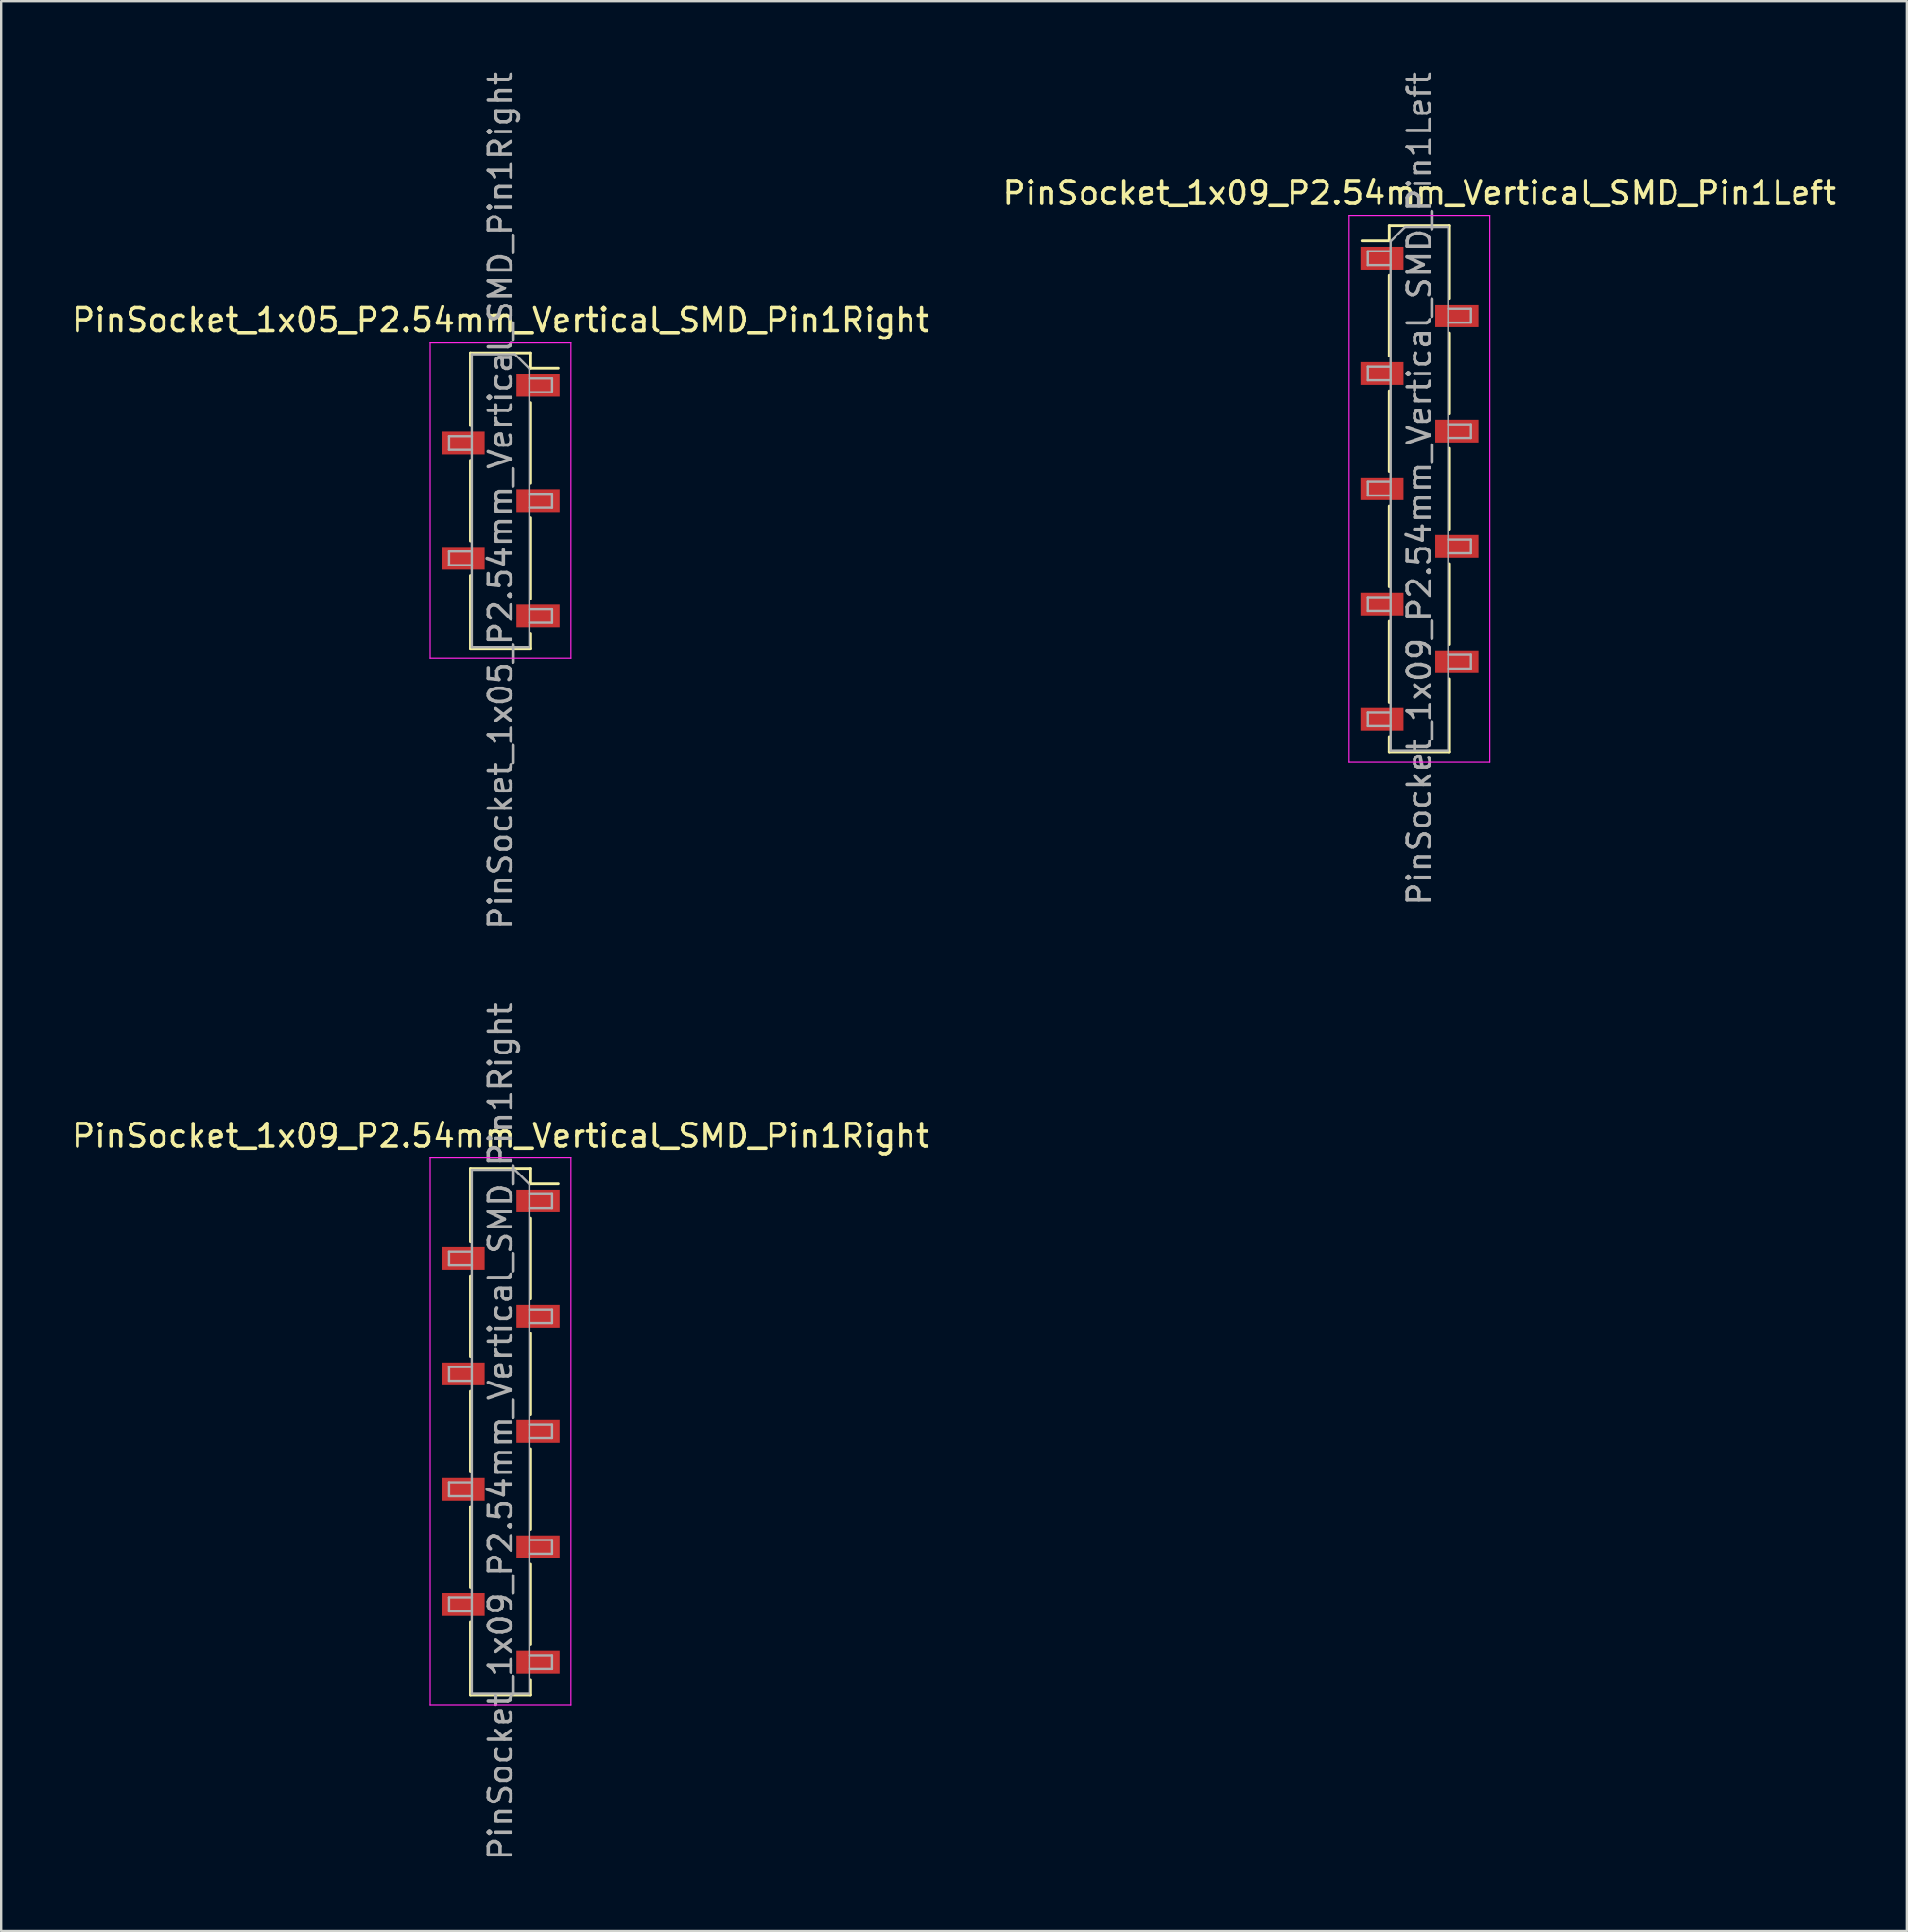
<source format=kicad_pcb>
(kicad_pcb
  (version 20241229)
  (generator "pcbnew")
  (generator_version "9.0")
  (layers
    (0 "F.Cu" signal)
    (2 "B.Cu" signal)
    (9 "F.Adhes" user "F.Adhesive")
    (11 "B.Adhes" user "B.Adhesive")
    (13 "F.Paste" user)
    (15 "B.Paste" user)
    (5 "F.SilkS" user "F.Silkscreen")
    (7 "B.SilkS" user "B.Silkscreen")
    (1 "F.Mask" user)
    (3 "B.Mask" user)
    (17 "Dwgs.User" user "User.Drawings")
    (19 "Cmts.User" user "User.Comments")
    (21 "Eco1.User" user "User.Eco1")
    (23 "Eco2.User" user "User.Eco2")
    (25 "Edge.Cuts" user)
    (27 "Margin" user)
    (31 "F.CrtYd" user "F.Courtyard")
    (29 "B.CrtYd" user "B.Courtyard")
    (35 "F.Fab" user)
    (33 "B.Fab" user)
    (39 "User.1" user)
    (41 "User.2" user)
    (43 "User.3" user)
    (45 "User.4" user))
  (footprint "PinSocket_1x09_P2.54mm_Vertical_SMD_Pin1Right"
    (layer "F.Cu")
    (at 19.006 60.018)
    (property "Reference" "PinSocket_1x09_P2.54mm_Vertical_SMD_Pin1Right" (at 0 -13.03 0) (layer "F.SilkS") (effects (font (size 1 1) (thickness 0.15))))
    (attr smd)
    (fp_line (start -1.33 -11.59) (end -1.33 -8.38) (stroke (width 0.12) (type solid)) (layer "F.SilkS"))
    (fp_line (start -1.33 -11.59) (end 1.33 -11.59) (stroke (width 0.12) (type solid)) (layer "F.SilkS"))
    (fp_line (start -1.33 -6.86) (end -1.33 -3.3) (stroke (width 0.12) (type solid)) (layer "F.SilkS"))
    (fp_line (start -1.33 -1.78) (end -1.33 1.78) (stroke (width 0.12) (type solid)) (layer "F.SilkS"))
    (fp_line (start -1.33 3.3) (end -1.33 6.86) (stroke (width 0.12) (type solid)) (layer "F.SilkS"))
    (fp_line (start -1.33 8.38) (end -1.33 11.59) (stroke (width 0.12) (type solid)) (layer "F.SilkS"))
    (fp_line (start -1.33 11.59) (end 1.33 11.59) (stroke (width 0.12) (type solid)) (layer "F.SilkS"))
    (fp_line (start 1.33 -11.59) (end 1.33 -10.92) (stroke (width 0.12) (type solid)) (layer "F.SilkS"))
    (fp_line (start 1.33 -10.92) (end 2.54 -10.92) (stroke (width 0.12) (type solid)) (layer "F.SilkS"))
    (fp_line (start 1.33 -9.4) (end 1.33 -5.84) (stroke (width 0.12) (type solid)) (layer "F.SilkS"))
    (fp_line (start 1.33 -4.32) (end 1.33 -0.76) (stroke (width 0.12) (type solid)) (layer "F.SilkS"))
    (fp_line (start 1.33 0.76) (end 1.33 4.32) (stroke (width 0.12) (type solid)) (layer "F.SilkS"))
    (fp_line (start 1.33 5.84) (end 1.33 9.4) (stroke (width 0.12) (type solid)) (layer "F.SilkS"))
    (fp_line (start 1.33 10.92) (end 1.33 11.59) (stroke (width 0.12) (type solid)) (layer "F.SilkS"))
    (fp_line (start -3.1 -12.05) (end 3.1 -12.05) (stroke (width 0.05) (type solid)) (layer "F.CrtYd"))
    (fp_line (start -3.1 12.05) (end -3.1 -12.05) (stroke (width 0.05) (type solid)) (layer "F.CrtYd"))
    (fp_line (start 3.1 -12.05) (end 3.1 12.05) (stroke (width 0.05) (type solid)) (layer "F.CrtYd"))
    (fp_line (start 3.1 12.05) (end -3.1 12.05) (stroke (width 0.05) (type solid)) (layer "F.CrtYd"))
    (fp_line (start -2.27 -7.92) (end -1.27 -7.92) (stroke (width 0.1) (type solid)) (layer "F.Fab"))
    (fp_line (start -2.27 -7.32) (end -2.27 -7.92) (stroke (width 0.1) (type solid)) (layer "F.Fab"))
    (fp_line (start -2.27 -2.84) (end -1.27 -2.84) (stroke (width 0.1) (type solid)) (layer "F.Fab"))
    (fp_line (start -2.27 -2.24) (end -2.27 -2.84) (stroke (width 0.1) (type solid)) (layer "F.Fab"))
    (fp_line (start -2.27 2.24) (end -1.27 2.24) (stroke (width 0.1) (type solid)) (layer "F.Fab"))
    (fp_line (start -2.27 2.84) (end -2.27 2.24) (stroke (width 0.1) (type solid)) (layer "F.Fab"))
    (fp_line (start -2.27 7.32) (end -1.27 7.32) (stroke (width 0.1) (type solid)) (layer "F.Fab"))
    (fp_line (start -2.27 7.92) (end -2.27 7.32) (stroke (width 0.1) (type solid)) (layer "F.Fab"))
    (fp_line (start -1.27 -11.53) (end 0.635 -11.53) (stroke (width 0.1) (type solid)) (layer "F.Fab"))
    (fp_line (start -1.27 -7.32) (end -2.27 -7.32) (stroke (width 0.1) (type solid)) (layer "F.Fab"))
    (fp_line (start -1.27 -2.24) (end -2.27 -2.24) (stroke (width 0.1) (type solid)) (layer "F.Fab"))
    (fp_line (start -1.27 2.84) (end -2.27 2.84) (stroke (width 0.1) (type solid)) (layer "F.Fab"))
    (fp_line (start -1.27 7.92) (end -2.27 7.92) (stroke (width 0.1) (type solid)) (layer "F.Fab"))
    (fp_line (start -1.27 11.53) (end -1.27 -11.53) (stroke (width 0.1) (type solid)) (layer "F.Fab"))
    (fp_line (start 0.635 -11.53) (end 1.27 -10.895) (stroke (width 0.1) (type solid)) (layer "F.Fab"))
    (fp_line (start 1.27 -10.895) (end 1.27 11.53) (stroke (width 0.1) (type solid)) (layer "F.Fab"))
    (fp_line (start 1.27 -10.46) (end 2.27 -10.46) (stroke (width 0.1) (type solid)) (layer "F.Fab"))
    (fp_line (start 1.27 -5.38) (end 2.27 -5.38) (stroke (width 0.1) (type solid)) (layer "F.Fab"))
    (fp_line (start 1.27 -0.3) (end 2.27 -0.3) (stroke (width 0.1) (type solid)) (layer "F.Fab"))
    (fp_line (start 1.27 4.78) (end 2.27 4.78) (stroke (width 0.1) (type solid)) (layer "F.Fab"))
    (fp_line (start 1.27 9.86) (end 2.27 9.86) (stroke (width 0.1) (type solid)) (layer "F.Fab"))
    (fp_line (start 1.27 11.53) (end -1.27 11.53) (stroke (width 0.1) (type solid)) (layer "F.Fab"))
    (fp_line (start 2.27 -10.46) (end 2.27 -9.86) (stroke (width 0.1) (type solid)) (layer "F.Fab"))
    (fp_line (start 2.27 -9.86) (end 1.27 -9.86) (stroke (width 0.1) (type solid)) (layer "F.Fab"))
    (fp_line (start 2.27 -5.38) (end 2.27 -4.78) (stroke (width 0.1) (type solid)) (layer "F.Fab"))
    (fp_line (start 2.27 -4.78) (end 1.27 -4.78) (stroke (width 0.1) (type solid)) (layer "F.Fab"))
    (fp_line (start 2.27 -0.3) (end 2.27 0.3) (stroke (width 0.1) (type solid)) (layer "F.Fab"))
    (fp_line (start 2.27 0.3) (end 1.27 0.3) (stroke (width 0.1) (type solid)) (layer "F.Fab"))
    (fp_line (start 2.27 4.78) (end 2.27 5.38) (stroke (width 0.1) (type solid)) (layer "F.Fab"))
    (fp_line (start 2.27 5.38) (end 1.27 5.38) (stroke (width 0.1) (type solid)) (layer "F.Fab"))
    (fp_line (start 2.27 9.86) (end 2.27 10.46) (stroke (width 0.1) (type solid)) (layer "F.Fab"))
    (fp_line (start 2.27 10.46) (end 1.27 10.46) (stroke (width 0.1) (type solid)) (layer "F.Fab"))
    (fp_text user "${REFERENCE}" (at 0 0 90) (layer "F.Fab") (effects (font (size 1 1) (thickness 0.15))))
    (pad "1" smd rect (at 1.65 -10.16) (size 1.9 1) (layers "F.Cu" "F.Mask" "F.Paste"))
    (pad "2" smd rect (at -1.65 -7.62) (size 1.9 1) (layers "F.Cu" "F.Mask" "F.Paste"))
    (pad "3" smd rect (at 1.65 -5.08) (size 1.9 1) (layers "F.Cu" "F.Mask" "F.Paste"))
    (pad "4" smd rect (at -1.65 -2.54) (size 1.9 1) (layers "F.Cu" "F.Mask" "F.Paste"))
    (pad "5" smd rect (at 1.65 0) (size 1.9 1) (layers "F.Cu" "F.Mask" "F.Paste"))
    (pad "6" smd rect (at -1.65 2.54) (size 1.9 1) (layers "F.Cu" "F.Mask" "F.Paste"))
    (pad "7" smd rect (at 1.65 5.08) (size 1.9 1) (layers "F.Cu" "F.Mask" "F.Paste"))
    (pad "8" smd rect (at -1.65 7.62) (size 1.9 1) (layers "F.Cu" "F.Mask" "F.Paste"))
    (pad "9" smd rect (at 1.65 10.16) (size 1.9 1) (layers "F.Cu" "F.Mask" "F.Paste")))
  (footprint "PinSocket_1x09_P2.54mm_Vertical_SMD_Pin1Left"
    (layer "F.Cu")
    (at 59.494 18.482)
    (property "Reference" "PinSocket_1x09_P2.54mm_Vertical_SMD_Pin1Left" (at 0 -13.03 0) (layer "F.SilkS") (effects (font (size 1 1) (thickness 0.15))))
    (attr smd)
    (fp_line (start -2.54 -10.92) (end -1.33 -10.92) (stroke (width 0.12) (type solid)) (layer "F.SilkS"))
    (fp_line (start -1.33 -11.59) (end -1.33 -10.92) (stroke (width 0.12) (type solid)) (layer "F.SilkS"))
    (fp_line (start -1.33 -11.59) (end 1.33 -11.59) (stroke (width 0.12) (type solid)) (layer "F.SilkS"))
    (fp_line (start -1.33 -9.4) (end -1.33 -5.84) (stroke (width 0.12) (type solid)) (layer "F.SilkS"))
    (fp_line (start -1.33 -4.32) (end -1.33 -0.76) (stroke (width 0.12) (type solid)) (layer "F.SilkS"))
    (fp_line (start -1.33 0.76) (end -1.33 4.32) (stroke (width 0.12) (type solid)) (layer "F.SilkS"))
    (fp_line (start -1.33 5.84) (end -1.33 9.4) (stroke (width 0.12) (type solid)) (layer "F.SilkS"))
    (fp_line (start -1.33 10.92) (end -1.33 11.59) (stroke (width 0.12) (type solid)) (layer "F.SilkS"))
    (fp_line (start -1.33 11.59) (end 1.33 11.59) (stroke (width 0.12) (type solid)) (layer "F.SilkS"))
    (fp_line (start 1.33 -11.59) (end 1.33 -8.38) (stroke (width 0.12) (type solid)) (layer "F.SilkS"))
    (fp_line (start 1.33 -6.86) (end 1.33 -3.3) (stroke (width 0.12) (type solid)) (layer "F.SilkS"))
    (fp_line (start 1.33 -1.78) (end 1.33 1.78) (stroke (width 0.12) (type solid)) (layer "F.SilkS"))
    (fp_line (start 1.33 3.3) (end 1.33 6.86) (stroke (width 0.12) (type solid)) (layer "F.SilkS"))
    (fp_line (start 1.33 8.38) (end 1.33 11.59) (stroke (width 0.12) (type solid)) (layer "F.SilkS"))
    (fp_line (start -3.1 -12.05) (end 3.1 -12.05) (stroke (width 0.05) (type solid)) (layer "F.CrtYd"))
    (fp_line (start -3.1 12.05) (end -3.1 -12.05) (stroke (width 0.05) (type solid)) (layer "F.CrtYd"))
    (fp_line (start 3.1 -12.05) (end 3.1 12.05) (stroke (width 0.05) (type solid)) (layer "F.CrtYd"))
    (fp_line (start 3.1 12.05) (end -3.1 12.05) (stroke (width 0.05) (type solid)) (layer "F.CrtYd"))
    (fp_line (start -2.27 -10.46) (end -1.27 -10.46) (stroke (width 0.1) (type solid)) (layer "F.Fab"))
    (fp_line (start -2.27 -9.86) (end -2.27 -10.46) (stroke (width 0.1) (type solid)) (layer "F.Fab"))
    (fp_line (start -2.27 -5.38) (end -1.27 -5.38) (stroke (width 0.1) (type solid)) (layer "F.Fab"))
    (fp_line (start -2.27 -4.78) (end -2.27 -5.38) (stroke (width 0.1) (type solid)) (layer "F.Fab"))
    (fp_line (start -2.27 -0.3) (end -1.27 -0.3) (stroke (width 0.1) (type solid)) (layer "F.Fab"))
    (fp_line (start -2.27 0.3) (end -2.27 -0.3) (stroke (width 0.1) (type solid)) (layer "F.Fab"))
    (fp_line (start -2.27 4.78) (end -1.27 4.78) (stroke (width 0.1) (type solid)) (layer "F.Fab"))
    (fp_line (start -2.27 5.38) (end -2.27 4.78) (stroke (width 0.1) (type solid)) (layer "F.Fab"))
    (fp_line (start -2.27 9.86) (end -1.27 9.86) (stroke (width 0.1) (type solid)) (layer "F.Fab"))
    (fp_line (start -2.27 10.46) (end -2.27 9.86) (stroke (width 0.1) (type solid)) (layer "F.Fab"))
    (fp_line (start -1.27 -10.895) (end -0.635 -11.53) (stroke (width 0.1) (type solid)) (layer "F.Fab"))
    (fp_line (start -1.27 -9.86) (end -2.27 -9.86) (stroke (width 0.1) (type solid)) (layer "F.Fab"))
    (fp_line (start -1.27 -4.78) (end -2.27 -4.78) (stroke (width 0.1) (type solid)) (layer "F.Fab"))
    (fp_line (start -1.27 0.3) (end -2.27 0.3) (stroke (width 0.1) (type solid)) (layer "F.Fab"))
    (fp_line (start -1.27 5.38) (end -2.27 5.38) (stroke (width 0.1) (type solid)) (layer "F.Fab"))
    (fp_line (start -1.27 10.46) (end -2.27 10.46) (stroke (width 0.1) (type solid)) (layer "F.Fab"))
    (fp_line (start -1.27 11.53) (end -1.27 -10.895) (stroke (width 0.1) (type solid)) (layer "F.Fab"))
    (fp_line (start -0.635 -11.53) (end 1.27 -11.53) (stroke (width 0.1) (type solid)) (layer "F.Fab"))
    (fp_line (start 1.27 -11.53) (end 1.27 11.53) (stroke (width 0.1) (type solid)) (layer "F.Fab"))
    (fp_line (start 1.27 -7.92) (end 2.27 -7.92) (stroke (width 0.1) (type solid)) (layer "F.Fab"))
    (fp_line (start 1.27 -2.84) (end 2.27 -2.84) (stroke (width 0.1) (type solid)) (layer "F.Fab"))
    (fp_line (start 1.27 2.24) (end 2.27 2.24) (stroke (width 0.1) (type solid)) (layer "F.Fab"))
    (fp_line (start 1.27 7.32) (end 2.27 7.32) (stroke (width 0.1) (type solid)) (layer "F.Fab"))
    (fp_line (start 1.27 11.53) (end -1.27 11.53) (stroke (width 0.1) (type solid)) (layer "F.Fab"))
    (fp_line (start 2.27 -7.92) (end 2.27 -7.32) (stroke (width 0.1) (type solid)) (layer "F.Fab"))
    (fp_line (start 2.27 -7.32) (end 1.27 -7.32) (stroke (width 0.1) (type solid)) (layer "F.Fab"))
    (fp_line (start 2.27 -2.84) (end 2.27 -2.24) (stroke (width 0.1) (type solid)) (layer "F.Fab"))
    (fp_line (start 2.27 -2.24) (end 1.27 -2.24) (stroke (width 0.1) (type solid)) (layer "F.Fab"))
    (fp_line (start 2.27 2.24) (end 2.27 2.84) (stroke (width 0.1) (type solid)) (layer "F.Fab"))
    (fp_line (start 2.27 2.84) (end 1.27 2.84) (stroke (width 0.1) (type solid)) (layer "F.Fab"))
    (fp_line (start 2.27 7.32) (end 2.27 7.92) (stroke (width 0.1) (type solid)) (layer "F.Fab"))
    (fp_line (start 2.27 7.92) (end 1.27 7.92) (stroke (width 0.1) (type solid)) (layer "F.Fab"))
    (fp_text user "${REFERENCE}" (at 0 0 90) (layer "F.Fab") (effects (font (size 1 1) (thickness 0.15))))
    (pad "1" smd rect (at -1.65 -10.16) (size 1.9 1) (layers "F.Cu" "F.Mask" "F.Paste"))
    (pad "2" smd rect (at 1.65 -7.62) (size 1.9 1) (layers "F.Cu" "F.Mask" "F.Paste"))
    (pad "3" smd rect (at -1.65 -5.08) (size 1.9 1) (layers "F.Cu" "F.Mask" "F.Paste"))
    (pad "4" smd rect (at 1.65 -2.54) (size 1.9 1) (layers "F.Cu" "F.Mask" "F.Paste"))
    (pad "5" smd rect (at -1.65 0) (size 1.9 1) (layers "F.Cu" "F.Mask" "F.Paste"))
    (pad "6" smd rect (at 1.65 2.54) (size 1.9 1) (layers "F.Cu" "F.Mask" "F.Paste"))
    (pad "7" smd rect (at -1.65 5.08) (size 1.9 1) (layers "F.Cu" "F.Mask" "F.Paste"))
    (pad "8" smd rect (at 1.65 7.62) (size 1.9 1) (layers "F.Cu" "F.Mask" "F.Paste"))
    (pad "9" smd rect (at -1.65 10.16) (size 1.9 1) (layers "F.Cu" "F.Mask" "F.Paste")))
  (footprint "PinSocket_1x05_P2.54mm_Vertical_SMD_Pin1Right"
    (layer "F.Cu")
    (at 19.006 19.006)
    (property "Reference" "PinSocket_1x05_P2.54mm_Vertical_SMD_Pin1Right" (at 0 -7.95 0) (layer "F.SilkS") (effects (font (size 1 1) (thickness 0.15))))
    (attr smd)
    (fp_line (start -1.33 -6.51) (end -1.33 -3.3) (stroke (width 0.12) (type solid)) (layer "F.SilkS"))
    (fp_line (start -1.33 -6.51) (end 1.33 -6.51) (stroke (width 0.12) (type solid)) (layer "F.SilkS"))
    (fp_line (start -1.33 -1.78) (end -1.33 1.78) (stroke (width 0.12) (type solid)) (layer "F.SilkS"))
    (fp_line (start -1.33 3.3) (end -1.33 6.51) (stroke (width 0.12) (type solid)) (layer "F.SilkS"))
    (fp_line (start -1.33 6.51) (end 1.33 6.51) (stroke (width 0.12) (type solid)) (layer "F.SilkS"))
    (fp_line (start 1.33 -6.51) (end 1.33 -5.84) (stroke (width 0.12) (type solid)) (layer "F.SilkS"))
    (fp_line (start 1.33 -5.84) (end 2.54 -5.84) (stroke (width 0.12) (type solid)) (layer "F.SilkS"))
    (fp_line (start 1.33 -4.32) (end 1.33 -0.76) (stroke (width 0.12) (type solid)) (layer "F.SilkS"))
    (fp_line (start 1.33 0.76) (end 1.33 4.32) (stroke (width 0.12) (type solid)) (layer "F.SilkS"))
    (fp_line (start 1.33 5.84) (end 1.33 6.51) (stroke (width 0.12) (type solid)) (layer "F.SilkS"))
    (fp_line (start -3.1 -6.95) (end 3.1 -6.95) (stroke (width 0.05) (type solid)) (layer "F.CrtYd"))
    (fp_line (start -3.1 6.95) (end -3.1 -6.95) (stroke (width 0.05) (type solid)) (layer "F.CrtYd"))
    (fp_line (start 3.1 -6.95) (end 3.1 6.95) (stroke (width 0.05) (type solid)) (layer "F.CrtYd"))
    (fp_line (start 3.1 6.95) (end -3.1 6.95) (stroke (width 0.05) (type solid)) (layer "F.CrtYd"))
    (fp_line (start -2.27 -2.84) (end -1.27 -2.84) (stroke (width 0.1) (type solid)) (layer "F.Fab"))
    (fp_line (start -2.27 -2.24) (end -2.27 -2.84) (stroke (width 0.1) (type solid)) (layer "F.Fab"))
    (fp_line (start -2.27 2.24) (end -1.27 2.24) (stroke (width 0.1) (type solid)) (layer "F.Fab"))
    (fp_line (start -2.27 2.84) (end -2.27 2.24) (stroke (width 0.1) (type solid)) (layer "F.Fab"))
    (fp_line (start -1.27 -6.45) (end 0.635 -6.45) (stroke (width 0.1) (type solid)) (layer "F.Fab"))
    (fp_line (start -1.27 -2.24) (end -2.27 -2.24) (stroke (width 0.1) (type solid)) (layer "F.Fab"))
    (fp_line (start -1.27 2.84) (end -2.27 2.84) (stroke (width 0.1) (type solid)) (layer "F.Fab"))
    (fp_line (start -1.27 6.45) (end -1.27 -6.45) (stroke (width 0.1) (type solid)) (layer "F.Fab"))
    (fp_line (start 0.635 -6.45) (end 1.27 -5.815) (stroke (width 0.1) (type solid)) (layer "F.Fab"))
    (fp_line (start 1.27 -5.815) (end 1.27 6.45) (stroke (width 0.1) (type solid)) (layer "F.Fab"))
    (fp_line (start 1.27 -5.38) (end 2.27 -5.38) (stroke (width 0.1) (type solid)) (layer "F.Fab"))
    (fp_line (start 1.27 -0.3) (end 2.27 -0.3) (stroke (width 0.1) (type solid)) (layer "F.Fab"))
    (fp_line (start 1.27 4.78) (end 2.27 4.78) (stroke (width 0.1) (type solid)) (layer "F.Fab"))
    (fp_line (start 1.27 6.45) (end -1.27 6.45) (stroke (width 0.1) (type solid)) (layer "F.Fab"))
    (fp_line (start 2.27 -5.38) (end 2.27 -4.78) (stroke (width 0.1) (type solid)) (layer "F.Fab"))
    (fp_line (start 2.27 -4.78) (end 1.27 -4.78) (stroke (width 0.1) (type solid)) (layer "F.Fab"))
    (fp_line (start 2.27 -0.3) (end 2.27 0.3) (stroke (width 0.1) (type solid)) (layer "F.Fab"))
    (fp_line (start 2.27 0.3) (end 1.27 0.3) (stroke (width 0.1) (type solid)) (layer "F.Fab"))
    (fp_line (start 2.27 4.78) (end 2.27 5.38) (stroke (width 0.1) (type solid)) (layer "F.Fab"))
    (fp_line (start 2.27 5.38) (end 1.27 5.38) (stroke (width 0.1) (type solid)) (layer "F.Fab"))
    (fp_text user "${REFERENCE}" (at 0 0 90) (layer "F.Fab") (effects (font (size 1 1) (thickness 0.15))))
    (pad "1" smd rect (at 1.65 -5.08) (size 1.9 1) (layers "F.Cu" "F.Mask" "F.Paste"))
    (pad "2" smd rect (at -1.65 -2.54) (size 1.9 1) (layers "F.Cu" "F.Mask" "F.Paste"))
    (pad "3" smd rect (at 1.65 0) (size 1.9 1) (layers "F.Cu" "F.Mask" "F.Paste"))
    (pad "4" smd rect (at -1.65 2.54) (size 1.9 1) (layers "F.Cu" "F.Mask" "F.Paste"))
    (pad "5" smd rect (at 1.65 5.08) (size 1.9 1) (layers "F.Cu" "F.Mask" "F.Paste")))
  (gr_rect
    (start -3 -3)
    (end 80.976 82.024)
    (stroke (width 0.1) (type default))
    (fill no)
    (layer "Edge.Cuts")))
</source>
